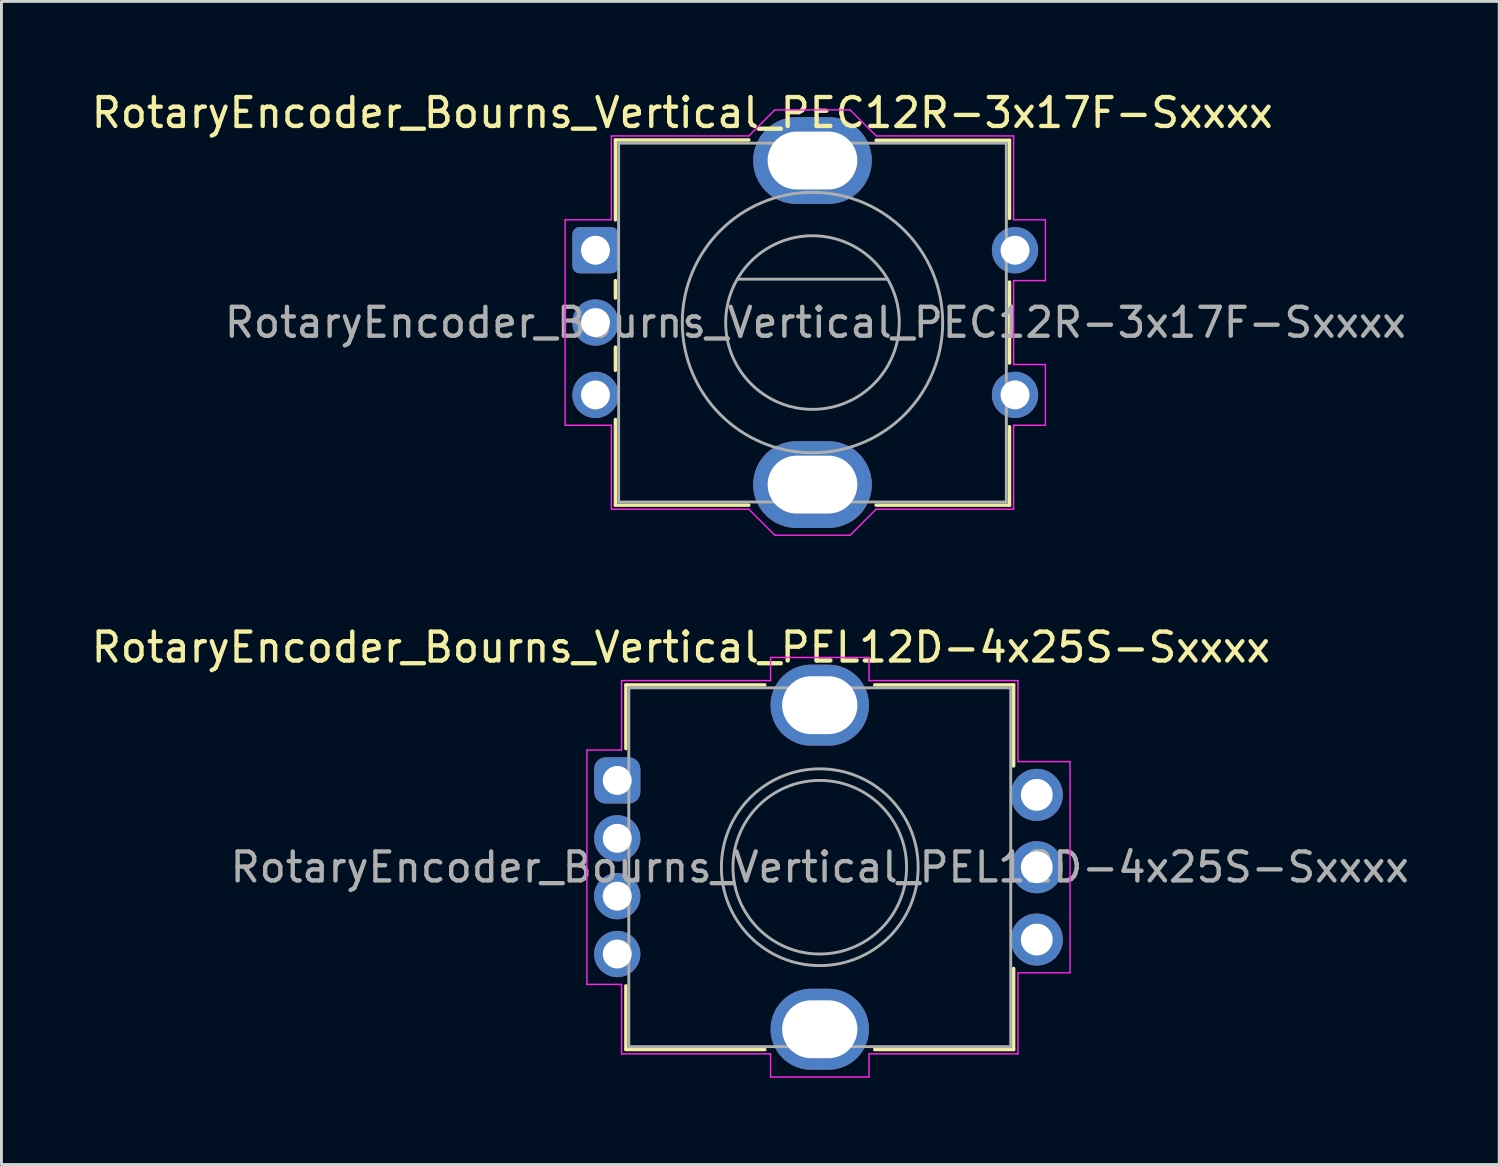
<source format=kicad_pcb>
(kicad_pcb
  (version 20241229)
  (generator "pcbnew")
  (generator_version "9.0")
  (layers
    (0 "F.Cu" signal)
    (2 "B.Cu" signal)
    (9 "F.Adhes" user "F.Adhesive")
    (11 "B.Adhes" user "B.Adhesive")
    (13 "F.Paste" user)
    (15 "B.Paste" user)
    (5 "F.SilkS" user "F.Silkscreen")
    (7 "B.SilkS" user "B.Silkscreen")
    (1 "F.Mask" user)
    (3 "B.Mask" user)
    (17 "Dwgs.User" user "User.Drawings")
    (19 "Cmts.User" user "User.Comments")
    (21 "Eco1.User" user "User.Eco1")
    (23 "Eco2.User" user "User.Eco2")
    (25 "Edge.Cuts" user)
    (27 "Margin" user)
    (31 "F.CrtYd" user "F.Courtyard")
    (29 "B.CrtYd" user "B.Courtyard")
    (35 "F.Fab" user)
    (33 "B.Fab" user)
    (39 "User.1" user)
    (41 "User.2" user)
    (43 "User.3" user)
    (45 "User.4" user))
  (footprint "RotaryEncoder_Bourns_Vertical_PEL12D-4x25S-Sxxxx"
    (layer "F.Cu")
    (at 18.282 23.922)
    (property "Reference" "RotaryEncoder_Bourns_Vertical_PEL12D-4x25S-Sxxxx" (at 2.2 -4.6 180) (layer "F.SilkS") (effects (font (size 1 1) (thickness 0.15))))
    (attr through_hole)
    (fp_line (start 0.3 -3.3) (end 0.3 -1.1) (stroke (width 0.12) (type default)) (layer "F.SilkS"))
    (fp_line (start 0.3 7.1) (end 0.3 9.3) (stroke (width 0.12) (type default)) (layer "F.SilkS"))
    (fp_line (start 0.3 9.3) (end 5.1 9.3) (stroke (width 0.12) (type default)) (layer "F.SilkS"))
    (fp_line (start 5.1 -3.3) (end 0.3 -3.3) (stroke (width 0.12) (type default)) (layer "F.SilkS"))
    (fp_line (start 8.9 -3.3) (end 13.7 -3.3) (stroke (width 0.12) (type default)) (layer "F.SilkS"))
    (fp_line (start 13.7 -3.3) (end 13.7 -0.5) (stroke (width 0.12) (type default)) (layer "F.SilkS"))
    (fp_line (start 13.7 6.5) (end 13.7 9.3) (stroke (width 0.12) (type default)) (layer "F.SilkS"))
    (fp_line (start 13.7 9.3) (end 8.9 9.3) (stroke (width 0.12) (type default)) (layer "F.SilkS"))
    (fp_line (start -1.05 -1.05) (end -1.05 7.05) (stroke (width 0.05) (type default)) (layer "F.CrtYd"))
    (fp_line (start -1.05 7.05) (end 0.15 7.05) (stroke (width 0.05) (type default)) (layer "F.CrtYd"))
    (fp_line (start 0.15 -3.45) (end 0.15 -1.05) (stroke (width 0.05) (type default)) (layer "F.CrtYd"))
    (fp_line (start 0.15 -1.05) (end -1.05 -1.05) (stroke (width 0.05) (type default)) (layer "F.CrtYd"))
    (fp_line (start 0.15 7.05) (end 0.15 9.45) (stroke (width 0.05) (type default)) (layer "F.CrtYd"))
    (fp_line (start 0.15 9.45) (end 5.3 9.45) (stroke (width 0.05) (type default)) (layer "F.CrtYd"))
    (fp_line (start 5.3 -4.25) (end 5.3 -3.45) (stroke (width 0.05) (type default)) (layer "F.CrtYd"))
    (fp_line (start 5.3 -3.45) (end 0.15 -3.45) (stroke (width 0.05) (type default)) (layer "F.CrtYd"))
    (fp_line (start 5.3 9.45) (end 5.3 10.25) (stroke (width 0.05) (type default)) (layer "F.CrtYd"))
    (fp_line (start 5.3 10.25) (end 8.7 10.25) (stroke (width 0.05) (type default)) (layer "F.CrtYd"))
    (fp_line (start 8.7 -4.25) (end 5.3 -4.25) (stroke (width 0.05) (type default)) (layer "F.CrtYd"))
    (fp_line (start 8.7 -3.45) (end 8.7 -4.25) (stroke (width 0.05) (type default)) (layer "F.CrtYd"))
    (fp_line (start 8.7 9.45) (end 13.85 9.45) (stroke (width 0.05) (type default)) (layer "F.CrtYd"))
    (fp_line (start 8.7 10.25) (end 8.7 9.45) (stroke (width 0.05) (type default)) (layer "F.CrtYd"))
    (fp_line (start 13.85 -3.45) (end 8.7 -3.45) (stroke (width 0.05) (type default)) (layer "F.CrtYd"))
    (fp_line (start 13.85 -0.65) (end 13.85 -3.45) (stroke (width 0.05) (type default)) (layer "F.CrtYd"))
    (fp_line (start 13.85 6.65) (end 15.65 6.65) (stroke (width 0.05) (type default)) (layer "F.CrtYd"))
    (fp_line (start 13.85 9.45) (end 13.85 6.65) (stroke (width 0.05) (type default)) (layer "F.CrtYd"))
    (fp_line (start 15.65 -0.65) (end 13.85 -0.65) (stroke (width 0.05) (type default)) (layer "F.CrtYd"))
    (fp_line (start 15.65 6.65) (end 15.65 -0.65) (stroke (width 0.05) (type default)) (layer "F.CrtYd"))
    (fp_rect (start 0.4 -3.2) (end 13.6 9.2) (stroke (width 0.1) (type default)) (fill no) (layer "F.Fab"))
    (fp_circle (center 7 3) (end 7 -0.4) (stroke (width 0.1) (type solid)) (fill no) (layer "F.Fab"))
    (fp_circle (center 7 3) (end 7 0) (stroke (width 0.1) (type default)) (fill no) (layer "F.Fab"))
    (fp_text user "${REFERENCE}" (at 7 3 180) (layer "F.Fab") (effects (font (size 1 1) (thickness 0.15))))
    (pad "1" thru_hole roundrect (at 0 0 90) (size 1.6 1.6) (drill 1) (layers "*.Cu" "*.Mask") (roundrect_rratio 0.25))
    (pad "2" thru_hole circle (at 0 2 90) (size 1.6 1.6) (drill 1) (layers "*.Cu" "*.Mask"))
    (pad "3" thru_hole circle (at 0 4 90) (size 1.6 1.6) (drill 1) (layers "*.Cu" "*.Mask"))
    (pad "4" thru_hole circle (at 0 6 90) (size 1.6 1.6) (drill 1) (layers "*.Cu" "*.Mask"))
    (pad "A" thru_hole circle (at 14.5 5.5 90) (size 1.8 1.8) (drill 1.1) (layers "*.Cu" "*.Mask"))
    (pad "B" thru_hole circle (at 14.5 3 90) (size 1.8 1.8) (drill 1.1) (layers "*.Cu" "*.Mask"))
    (pad "C" thru_hole circle (at 14.5 0.5 90) (size 1.8 1.8) (drill 1.1) (layers "*.Cu" "*.Mask"))
    (pad "SH" thru_hole oval (at 7 -2.6 90) (size 2.8 3.4) (drill oval 2 2.6) (layers "*.Cu" "*.Mask"))
    (pad "SH" thru_hole oval (at 7 8.6 180) (size 3.4 2.8) (drill oval 2.6 2) (layers "*.Cu" "*.Mask")))
  (footprint "RotaryEncoder_Bourns_Vertical_PEC12R-3x17F-Sxxxx"
    (layer "F.Cu")
    (at 17.53 5.598)
    (property "Reference" "RotaryEncoder_Bourns_Vertical_PEC12R-3x17F-Sxxxx" (at 3 -4.75 180) (layer "F.SilkS") (effects (font (size 1 1) (thickness 0.15))))
    (attr through_hole)
    (fp_line (start 0.69 -3.81) (end 5.3 -3.81) (stroke (width 0.12) (type solid)) (layer "F.SilkS"))
    (fp_line (start 0.69 -1.05) (end 0.69 -3.81) (stroke (width 0.12) (type solid)) (layer "F.SilkS"))
    (fp_line (start 0.69 1.05) (end 0.69 1.65) (stroke (width 0.12) (type solid)) (layer "F.SilkS"))
    (fp_line (start 0.69 3.35) (end 0.69 4.15) (stroke (width 0.12) (type solid)) (layer "F.SilkS"))
    (fp_line (start 0.69 5.85) (end 0.69 8.81) (stroke (width 0.12) (type solid)) (layer "F.SilkS"))
    (fp_line (start 5.3 8.81) (end 0.69 8.81) (stroke (width 0.12) (type solid)) (layer "F.SilkS"))
    (fp_line (start 9.7 -3.8) (end 14.31 -3.8) (stroke (width 0.12) (type solid)) (layer "F.SilkS"))
    (fp_line (start 14.31 -3.8) (end 14.31 -1.1) (stroke (width 0.12) (type solid)) (layer "F.SilkS"))
    (fp_line (start 14.31 1.1) (end 14.31 3.9) (stroke (width 0.12) (type solid)) (layer "F.SilkS"))
    (fp_line (start 14.31 6.1) (end 14.31 8.81) (stroke (width 0.12) (type solid)) (layer "F.SilkS"))
    (fp_line (start 14.31 8.81) (end 9.7 8.81) (stroke (width 0.12) (type solid)) (layer "F.SilkS"))
    (fp_line (start -1.05 -1.05) (end 0.55 -1.05) (stroke (width 0.05) (type solid)) (layer "F.CrtYd"))
    (fp_line (start -1.05 6.05) (end -1.05 -1.05) (stroke (width 0.05) (type solid)) (layer "F.CrtYd"))
    (fp_line (start 0.55 -3.95) (end 5.3 -3.95) (stroke (width 0.05) (type solid)) (layer "F.CrtYd"))
    (fp_line (start 0.55 -1.05) (end 0.55 -3.95) (stroke (width 0.05) (type solid)) (layer "F.CrtYd"))
    (fp_line (start 0.55 6.05) (end -1.05 6.05) (stroke (width 0.05) (type solid)) (layer "F.CrtYd"))
    (fp_line (start 0.55 8.95) (end 0.55 6.05) (stroke (width 0.05) (type solid)) (layer "F.CrtYd"))
    (fp_line (start 5.3 -3.95) (end 6.2 -4.85) (stroke (width 0.05) (type solid)) (layer "F.CrtYd"))
    (fp_line (start 5.3 8.95) (end 0.55 8.95) (stroke (width 0.05) (type solid)) (layer "F.CrtYd"))
    (fp_line (start 5.3 8.95) (end 6.2 9.85) (stroke (width 0.05) (type solid)) (layer "F.CrtYd"))
    (fp_line (start 6.2 -4.85) (end 8.8 -4.85) (stroke (width 0.05) (type solid)) (layer "F.CrtYd"))
    (fp_line (start 8.8 9.85) (end 6.2 9.85) (stroke (width 0.05) (type solid)) (layer "F.CrtYd"))
    (fp_line (start 9.7 -3.95) (end 8.8 -4.85) (stroke (width 0.05) (type solid)) (layer "F.CrtYd"))
    (fp_line (start 9.7 -3.95) (end 14.45 -3.95) (stroke (width 0.05) (type solid)) (layer "F.CrtYd"))
    (fp_line (start 9.7 8.95) (end 8.8 9.85) (stroke (width 0.05) (type solid)) (layer "F.CrtYd"))
    (fp_line (start 14.45 -3.95) (end 14.45 -1.05) (stroke (width 0.05) (type solid)) (layer "F.CrtYd"))
    (fp_line (start 14.45 -1.05) (end 15.55 -1.05) (stroke (width 0.05) (type default)) (layer "F.CrtYd"))
    (fp_line (start 14.45 1.05) (end 14.45 3.95) (stroke (width 0.05) (type solid)) (layer "F.CrtYd"))
    (fp_line (start 14.45 3.95) (end 15.55 3.95) (stroke (width 0.05) (type default)) (layer "F.CrtYd"))
    (fp_line (start 14.45 6.05) (end 14.45 8.95) (stroke (width 0.05) (type solid)) (layer "F.CrtYd"))
    (fp_line (start 14.45 8.95) (end 9.7 8.95) (stroke (width 0.05) (type solid)) (layer "F.CrtYd"))
    (fp_line (start 15.55 -1.05) (end 15.55 1.05) (stroke (width 0.05) (type default)) (layer "F.CrtYd"))
    (fp_line (start 15.55 1.05) (end 14.45 1.05) (stroke (width 0.05) (type default)) (layer "F.CrtYd"))
    (fp_line (start 15.55 3.95) (end 15.55 6.05) (stroke (width 0.05) (type default)) (layer "F.CrtYd"))
    (fp_line (start 15.55 6.05) (end 14.45 6.05) (stroke (width 0.05) (type default)) (layer "F.CrtYd"))
    (fp_line (start 0.8 -3.7) (end 0.8 8.7) (stroke (width 0.1) (type solid)) (layer "F.Fab"))
    (fp_line (start 0.8 8.7) (end 14.2 8.7) (stroke (width 0.1) (type solid)) (layer "F.Fab"))
    (fp_line (start 4.91 1) (end 10.09 1) (stroke (width 0.1) (type default)) (layer "F.Fab"))
    (fp_line (start 14.2 -3.7) (end 0.8 -3.7) (stroke (width 0.1) (type solid)) (layer "F.Fab"))
    (fp_line (start 14.2 8.7) (end 14.2 -3.7) (stroke (width 0.1) (type solid)) (layer "F.Fab"))
    (fp_circle (center 7.5 2.5) (end 10.5 2.5) (stroke (width 0.1) (type solid)) (fill no) (layer "F.Fab"))
    (fp_circle (center 7.5 2.5) (end 12 2.5) (stroke (width 0.1) (type default)) (fill no) (layer "F.Fab"))
    (fp_text user "${REFERENCE}" (at 7.6 2.5 180) (layer "F.Fab") (effects (font (size 1 1) (thickness 0.15))))
    (pad "A" thru_hole roundrect (at 0 0) (size 1.6 1.6) (drill 1) (layers "*.Cu" "*.Mask") (roundrect_rratio 0.156))
    (pad "B" thru_hole circle (at 0 5) (size 1.6 1.6) (drill 1) (layers "*.Cu" "*.Mask"))
    (pad "C" thru_hole circle (at 0 2.5) (size 1.6 1.6) (drill 1) (layers "*.Cu" "*.Mask"))
    (pad "S1" thru_hole circle (at 14.5 0) (size 1.6 1.6) (drill 1) (layers "*.Cu" "*.Mask"))
    (pad "S2" thru_hole circle (at 14.5 5) (size 1.6 1.6) (drill 1) (layers "*.Cu" "*.Mask"))
    (pad "SH" thru_hole oval (at 7.5 -3.1) (size 4.1 3) (drill oval 3.1 2) (layers "*.Cu" "*.Mask"))
    (pad "SH" thru_hole oval (at 7.5 8.1) (size 4.1 3) (drill oval 3.1 2) (layers "*.Cu" "*.Mask")))
  (gr_rect
    (start -3 -3)
    (end 48.764 37.197)
    (stroke (width 0.1) (type default))
    (fill no)
    (layer "Edge.Cuts")))
</source>
